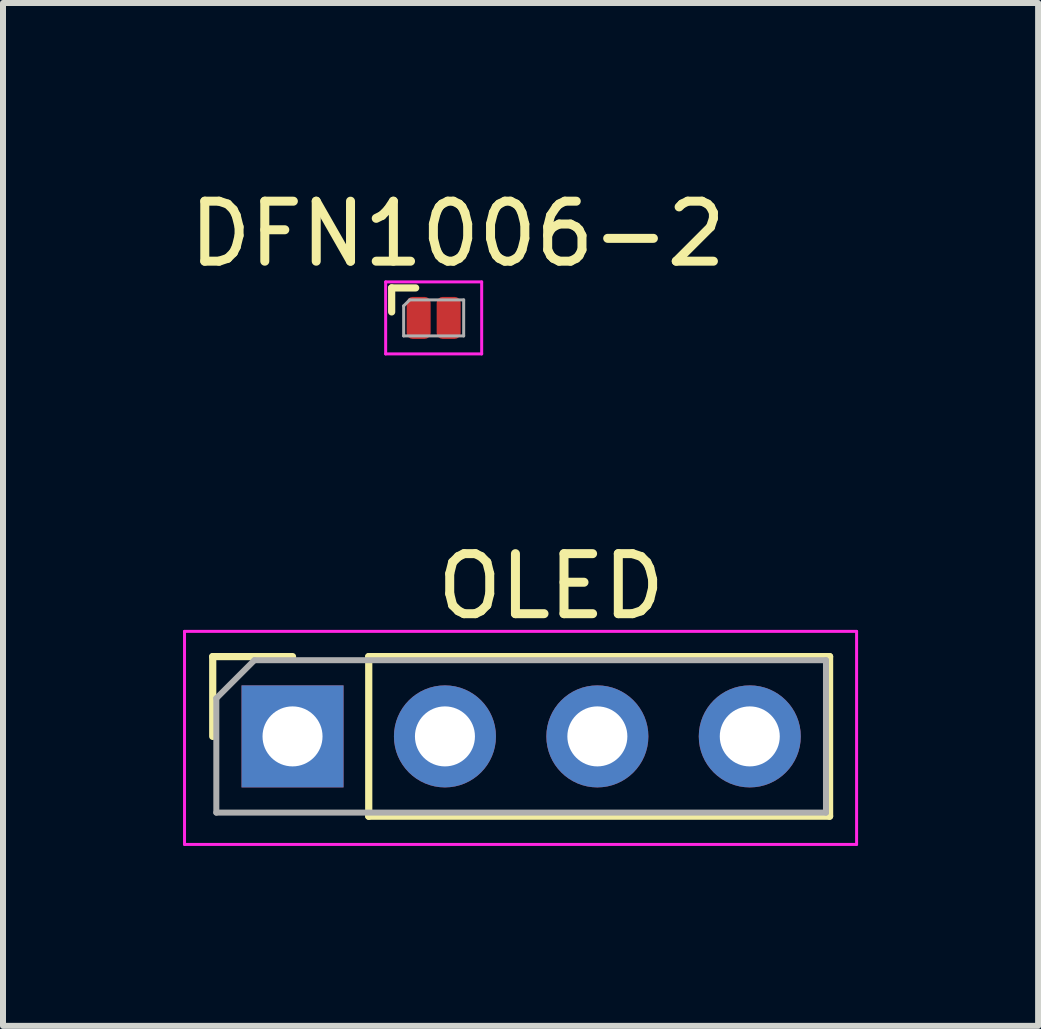
<source format=kicad_pcb>
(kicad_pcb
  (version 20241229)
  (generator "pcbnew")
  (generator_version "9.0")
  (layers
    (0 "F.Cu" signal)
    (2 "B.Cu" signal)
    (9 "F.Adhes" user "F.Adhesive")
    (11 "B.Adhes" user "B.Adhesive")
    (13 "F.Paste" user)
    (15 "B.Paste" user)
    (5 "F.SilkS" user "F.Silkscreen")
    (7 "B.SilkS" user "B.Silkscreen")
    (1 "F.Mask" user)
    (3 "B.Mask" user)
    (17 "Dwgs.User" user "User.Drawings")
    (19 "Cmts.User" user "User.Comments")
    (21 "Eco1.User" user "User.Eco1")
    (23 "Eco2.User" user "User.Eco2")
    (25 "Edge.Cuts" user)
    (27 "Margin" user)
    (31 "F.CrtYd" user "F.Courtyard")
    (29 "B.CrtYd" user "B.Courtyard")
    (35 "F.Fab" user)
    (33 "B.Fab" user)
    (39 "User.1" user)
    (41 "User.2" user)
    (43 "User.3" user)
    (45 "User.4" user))
  (footprint "OLED"
    (layer "F.Cu")
    (at 5.635 9.222)
    (property "Reference" "OLED" (at 0.5 -2.5 0) (unlocked yes) (layer "F.SilkS") (effects (font (size 1 1) (thickness 0.15))))
    (attr smd)
    (fp_line (start -5.14 -1.33) (end -3.81 -1.33) (stroke (width 0.12) (type solid)) (layer "F.SilkS"))
    (fp_line (start -5.14 0) (end -5.14 -1.33) (stroke (width 0.12) (type solid)) (layer "F.SilkS"))
    (fp_line (start -2.54 -1.33) (end 5.14 -1.33) (stroke (width 0.12) (type solid)) (layer "F.SilkS"))
    (fp_line (start -2.54 1.33) (end -2.54 -1.33) (stroke (width 0.12) (type solid)) (layer "F.SilkS"))
    (fp_line (start -2.54 1.33) (end 5.14 1.33) (stroke (width 0.12) (type solid)) (layer "F.SilkS"))
    (fp_line (start 5.14 1.33) (end 5.14 -1.33) (stroke (width 0.12) (type solid)) (layer "F.SilkS"))
    (fp_line (start -5.61 -1.75) (end 5.59 -1.75) (stroke (width 0.05) (type solid)) (layer "F.CrtYd"))
    (fp_line (start -5.61 1.8) (end -5.61 -1.75) (stroke (width 0.05) (type solid)) (layer "F.CrtYd"))
    (fp_line (start 5.59 -1.75) (end 5.59 1.8) (stroke (width 0.05) (type solid)) (layer "F.CrtYd"))
    (fp_line (start 5.59 1.8) (end -5.61 1.8) (stroke (width 0.05) (type solid)) (layer "F.CrtYd"))
    (fp_line (start -5.08 -0.635) (end -4.445 -1.27) (stroke (width 0.1) (type solid)) (layer "F.Fab"))
    (fp_line (start -5.08 1.27) (end -5.08 -0.635) (stroke (width 0.1) (type solid)) (layer "F.Fab"))
    (fp_line (start -4.445 -1.27) (end 5.08 -1.27) (stroke (width 0.1) (type solid)) (layer "F.Fab"))
    (fp_line (start 5.08 -1.27) (end 5.08 1.27) (stroke (width 0.1) (type solid)) (layer "F.Fab"))
    (fp_line (start 5.08 1.27) (end -5.08 1.27) (stroke (width 0.1) (type solid)) (layer "F.Fab"))
    (pad "1" thru_hole rect (at -3.81 0 90) (size 1.7 1.7) (drill 1) (layers "*.Cu" "*.Mask"))
    (pad "2" thru_hole oval (at -1.27 0 90) (size 1.7 1.7) (drill 1) (layers "*.Cu" "*.Mask"))
    (pad "3" thru_hole oval (at 1.27 0 90) (size 1.7 1.7) (drill 1) (layers "*.Cu" "*.Mask"))
    (pad "4" thru_hole oval (at 3.81 0 90) (size 1.7 1.7) (drill 1) (layers "*.Cu" "*.Mask")))
  (footprint "DFN1006-2"
    (layer "F.Cu")
    (at 4.177 2.248)
    (property "Reference" "DFN1006-2" (at 0.4 -1.4 0) (unlocked yes) (layer "F.SilkS") (effects (font (size 1 1) (thickness 0.15))))
    (attr smd)
    (fp_line (start -0.7 -0.5) (end -0.3 -0.5) (stroke (width 0.12) (type solid)) (layer "F.SilkS"))
    (fp_line (start -0.7 -0.1) (end -0.7 -0.5) (stroke (width 0.12) (type solid)) (layer "F.SilkS"))
    (fp_line (start -0.8 -0.6) (end -0.8 0.6) (stroke (width 0.05) (type solid)) (layer "F.CrtYd"))
    (fp_line (start -0.8 0.6) (end 0.8 0.6) (stroke (width 0.05) (type solid)) (layer "F.CrtYd"))
    (fp_line (start 0.8 -0.6) (end -0.8 -0.6) (stroke (width 0.05) (type solid)) (layer "F.CrtYd"))
    (fp_line (start 0.8 0.6) (end 0.8 -0.6) (stroke (width 0.05) (type solid)) (layer "F.CrtYd"))
    (fp_line (start -0.5 -0.2) (end -0.5 0.3) (stroke (width 0.05) (type solid)) (layer "F.Fab"))
    (fp_line (start -0.5 -0.2) (end -0.4 -0.3) (stroke (width 0.05) (type solid)) (layer "F.Fab"))
    (fp_line (start -0.5 0.3) (end 0.5 0.3) (stroke (width 0.05) (type solid)) (layer "F.Fab"))
    (fp_line (start 0.5 -0.3) (end -0.4 -0.3) (stroke (width 0.05) (type solid)) (layer "F.Fab"))
    (fp_line (start 0.5 0.3) (end 0.5 -0.3) (stroke (width 0.05) (type solid)) (layer "F.Fab"))
    (pad "1" smd roundrect (at -0.25 0) (size 0.4 0.7) (layers "F.Cu" "F.Mask" "F.Paste") (roundrect_rratio 0.25))
    (pad "2" smd roundrect (at 0.25 0) (size 0.4 0.7) (layers "F.Cu" "F.Mask" "F.Paste") (roundrect_rratio 0.25)))
  (gr_rect
    (start -3 -3)
    (end 14.25 14.046)
    (stroke (width 0.1) (type default))
    (fill no)
    (layer "Edge.Cuts")))
</source>
